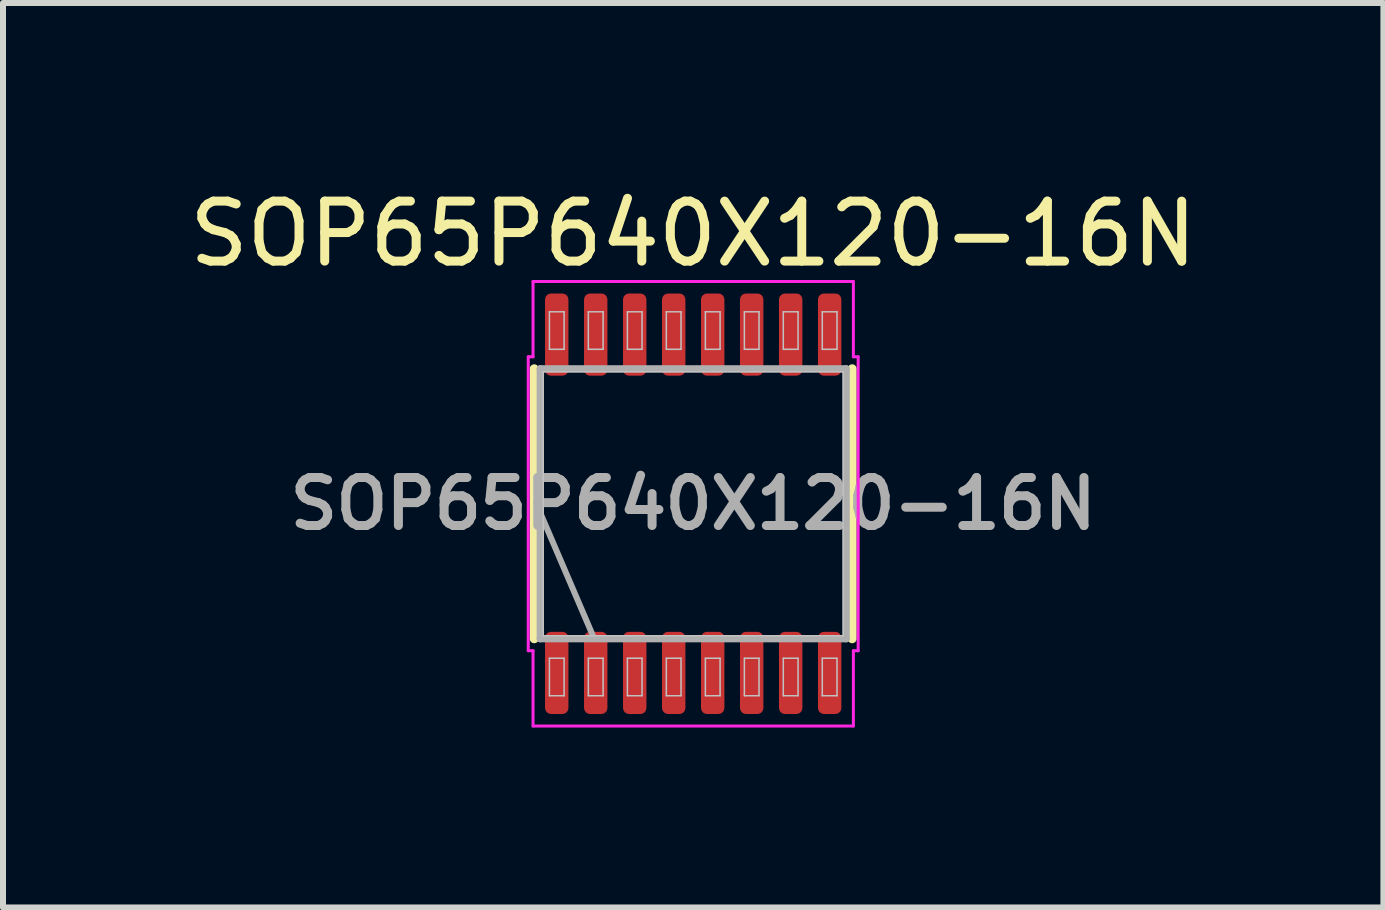
<source format=kicad_pcb>
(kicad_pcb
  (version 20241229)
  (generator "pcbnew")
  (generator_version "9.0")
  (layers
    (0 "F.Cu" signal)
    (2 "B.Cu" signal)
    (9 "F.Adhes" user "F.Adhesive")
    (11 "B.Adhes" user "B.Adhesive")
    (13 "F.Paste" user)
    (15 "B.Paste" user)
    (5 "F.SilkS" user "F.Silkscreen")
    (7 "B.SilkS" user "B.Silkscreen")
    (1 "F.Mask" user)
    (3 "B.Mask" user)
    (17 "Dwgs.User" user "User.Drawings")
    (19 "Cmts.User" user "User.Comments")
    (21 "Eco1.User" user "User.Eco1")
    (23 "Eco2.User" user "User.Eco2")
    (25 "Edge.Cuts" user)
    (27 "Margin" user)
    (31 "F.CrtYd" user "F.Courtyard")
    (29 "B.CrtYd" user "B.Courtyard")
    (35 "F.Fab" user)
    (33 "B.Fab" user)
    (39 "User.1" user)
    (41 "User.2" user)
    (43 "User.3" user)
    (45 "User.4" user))
  (footprint "SOP65P640X120-16N"
    (layer "F.Cu")
    (at 8.506 5.348)
    (property "Reference" "SOP65P640X120-16N" (at 0 -4.5 0) (layer "F.SilkS") (effects (font (size 1 1) (thickness 0.15))))
    (attr smd)
    (fp_line (start -2.65 2.25) (end -2.65 -2.25) (stroke (width 0.15) (type solid)) (layer "F.SilkS"))
    (fp_line (start 2.65 2.25) (end 2.65 -2.25) (stroke (width 0.15) (type solid)) (layer "F.SilkS"))
    (fp_line (start -2.5 -2.2) (end 2.5 -2.2) (stroke (width 0.025) (type solid)) (layer "Dwgs.User"))
    (fp_line (start -2.5 2.2) (end -2.5 -2.2) (stroke (width 0.025) (type solid)) (layer "Dwgs.User"))
    (fp_line (start -2.397 -3.2) (end -2.152 -3.2) (stroke (width 0.025) (type solid)) (layer "Dwgs.User"))
    (fp_line (start -2.397 -2.575) (end -2.397 -3.2) (stroke (width 0.025) (type solid)) (layer "Dwgs.User"))
    (fp_line (start -2.397 2.575) (end -2.152 2.575) (stroke (width 0.025) (type solid)) (layer "Dwgs.User"))
    (fp_line (start -2.397 3.2) (end -2.397 2.575) (stroke (width 0.025) (type solid)) (layer "Dwgs.User"))
    (fp_line (start -2.152 -3.2) (end -2.152 -2.575) (stroke (width 0.025) (type solid)) (layer "Dwgs.User"))
    (fp_line (start -2.152 -2.575) (end -2.397 -2.575) (stroke (width 0.025) (type solid)) (layer "Dwgs.User"))
    (fp_line (start -2.152 2.575) (end -2.152 3.2) (stroke (width 0.025) (type solid)) (layer "Dwgs.User"))
    (fp_line (start -2.152 3.2) (end -2.397 3.2) (stroke (width 0.025) (type solid)) (layer "Dwgs.User"))
    (fp_line (start -1.748 -3.2) (end -1.502 -3.2) (stroke (width 0.025) (type solid)) (layer "Dwgs.User"))
    (fp_line (start -1.748 -2.575) (end -1.748 -3.2) (stroke (width 0.025) (type solid)) (layer "Dwgs.User"))
    (fp_line (start -1.748 2.575) (end -1.502 2.575) (stroke (width 0.025) (type solid)) (layer "Dwgs.User"))
    (fp_line (start -1.748 3.2) (end -1.748 2.575) (stroke (width 0.025) (type solid)) (layer "Dwgs.User"))
    (fp_line (start -1.502 -3.2) (end -1.502 -2.575) (stroke (width 0.025) (type solid)) (layer "Dwgs.User"))
    (fp_line (start -1.502 -2.575) (end -1.748 -2.575) (stroke (width 0.025) (type solid)) (layer "Dwgs.User"))
    (fp_line (start -1.502 2.575) (end -1.502 3.2) (stroke (width 0.025) (type solid)) (layer "Dwgs.User"))
    (fp_line (start -1.502 3.2) (end -1.748 3.2) (stroke (width 0.025) (type solid)) (layer "Dwgs.User"))
    (fp_line (start -1.097 -3.2) (end -0.853 -3.2) (stroke (width 0.025) (type solid)) (layer "Dwgs.User"))
    (fp_line (start -1.097 -2.575) (end -1.097 -3.2) (stroke (width 0.025) (type solid)) (layer "Dwgs.User"))
    (fp_line (start -1.097 2.575) (end -0.853 2.575) (stroke (width 0.025) (type solid)) (layer "Dwgs.User"))
    (fp_line (start -1.097 3.2) (end -1.097 2.575) (stroke (width 0.025) (type solid)) (layer "Dwgs.User"))
    (fp_line (start -0.853 -3.2) (end -0.853 -2.575) (stroke (width 0.025) (type solid)) (layer "Dwgs.User"))
    (fp_line (start -0.853 -2.575) (end -1.097 -2.575) (stroke (width 0.025) (type solid)) (layer "Dwgs.User"))
    (fp_line (start -0.853 2.575) (end -0.853 3.2) (stroke (width 0.025) (type solid)) (layer "Dwgs.User"))
    (fp_line (start -0.853 3.2) (end -1.097 3.2) (stroke (width 0.025) (type solid)) (layer "Dwgs.User"))
    (fp_line (start -0.448 -3.2) (end -0.203 -3.2) (stroke (width 0.025) (type solid)) (layer "Dwgs.User"))
    (fp_line (start -0.448 -2.575) (end -0.448 -3.2) (stroke (width 0.025) (type solid)) (layer "Dwgs.User"))
    (fp_line (start -0.448 2.575) (end -0.203 2.575) (stroke (width 0.025) (type solid)) (layer "Dwgs.User"))
    (fp_line (start -0.448 3.2) (end -0.448 2.575) (stroke (width 0.025) (type solid)) (layer "Dwgs.User"))
    (fp_line (start -0.203 -3.2) (end -0.203 -2.575) (stroke (width 0.025) (type solid)) (layer "Dwgs.User"))
    (fp_line (start -0.203 -2.575) (end -0.448 -2.575) (stroke (width 0.025) (type solid)) (layer "Dwgs.User"))
    (fp_line (start -0.203 2.575) (end -0.203 3.2) (stroke (width 0.025) (type solid)) (layer "Dwgs.User"))
    (fp_line (start -0.203 3.2) (end -0.448 3.2) (stroke (width 0.025) (type solid)) (layer "Dwgs.User"))
    (fp_line (start 0.203 -3.2) (end 0.448 -3.2) (stroke (width 0.025) (type solid)) (layer "Dwgs.User"))
    (fp_line (start 0.203 -2.575) (end 0.203 -3.2) (stroke (width 0.025) (type solid)) (layer "Dwgs.User"))
    (fp_line (start 0.203 2.575) (end 0.448 2.575) (stroke (width 0.025) (type solid)) (layer "Dwgs.User"))
    (fp_line (start 0.203 3.2) (end 0.203 2.575) (stroke (width 0.025) (type solid)) (layer "Dwgs.User"))
    (fp_line (start 0.448 -3.2) (end 0.448 -2.575) (stroke (width 0.025) (type solid)) (layer "Dwgs.User"))
    (fp_line (start 0.448 -2.575) (end 0.203 -2.575) (stroke (width 0.025) (type solid)) (layer "Dwgs.User"))
    (fp_line (start 0.448 2.575) (end 0.448 3.2) (stroke (width 0.025) (type solid)) (layer "Dwgs.User"))
    (fp_line (start 0.448 3.2) (end 0.203 3.2) (stroke (width 0.025) (type solid)) (layer "Dwgs.User"))
    (fp_line (start 0.853 -3.2) (end 1.097 -3.2) (stroke (width 0.025) (type solid)) (layer "Dwgs.User"))
    (fp_line (start 0.853 -2.575) (end 0.853 -3.2) (stroke (width 0.025) (type solid)) (layer "Dwgs.User"))
    (fp_line (start 0.853 2.575) (end 1.097 2.575) (stroke (width 0.025) (type solid)) (layer "Dwgs.User"))
    (fp_line (start 0.853 3.2) (end 0.853 2.575) (stroke (width 0.025) (type solid)) (layer "Dwgs.User"))
    (fp_line (start 1.097 -3.2) (end 1.097 -2.575) (stroke (width 0.025) (type solid)) (layer "Dwgs.User"))
    (fp_line (start 1.097 -2.575) (end 0.853 -2.575) (stroke (width 0.025) (type solid)) (layer "Dwgs.User"))
    (fp_line (start 1.097 2.575) (end 1.097 3.2) (stroke (width 0.025) (type solid)) (layer "Dwgs.User"))
    (fp_line (start 1.097 3.2) (end 0.853 3.2) (stroke (width 0.025) (type solid)) (layer "Dwgs.User"))
    (fp_line (start 1.502 -3.2) (end 1.748 -3.2) (stroke (width 0.025) (type solid)) (layer "Dwgs.User"))
    (fp_line (start 1.502 -2.575) (end 1.502 -3.2) (stroke (width 0.025) (type solid)) (layer "Dwgs.User"))
    (fp_line (start 1.502 2.575) (end 1.748 2.575) (stroke (width 0.025) (type solid)) (layer "Dwgs.User"))
    (fp_line (start 1.502 3.2) (end 1.502 2.575) (stroke (width 0.025) (type solid)) (layer "Dwgs.User"))
    (fp_line (start 1.748 -3.2) (end 1.748 -2.575) (stroke (width 0.025) (type solid)) (layer "Dwgs.User"))
    (fp_line (start 1.748 -2.575) (end 1.502 -2.575) (stroke (width 0.025) (type solid)) (layer "Dwgs.User"))
    (fp_line (start 1.748 2.575) (end 1.748 3.2) (stroke (width 0.025) (type solid)) (layer "Dwgs.User"))
    (fp_line (start 1.748 3.2) (end 1.502 3.2) (stroke (width 0.025) (type solid)) (layer "Dwgs.User"))
    (fp_line (start 2.152 -3.2) (end 2.397 -3.2) (stroke (width 0.025) (type solid)) (layer "Dwgs.User"))
    (fp_line (start 2.152 -2.575) (end 2.152 -3.2) (stroke (width 0.025) (type solid)) (layer "Dwgs.User"))
    (fp_line (start 2.152 2.575) (end 2.397 2.575) (stroke (width 0.025) (type solid)) (layer "Dwgs.User"))
    (fp_line (start 2.152 3.2) (end 2.152 2.575) (stroke (width 0.025) (type solid)) (layer "Dwgs.User"))
    (fp_line (start 2.397 -3.2) (end 2.397 -2.575) (stroke (width 0.025) (type solid)) (layer "Dwgs.User"))
    (fp_line (start 2.397 -2.575) (end 2.152 -2.575) (stroke (width 0.025) (type solid)) (layer "Dwgs.User"))
    (fp_line (start 2.397 2.575) (end 2.397 3.2) (stroke (width 0.025) (type solid)) (layer "Dwgs.User"))
    (fp_line (start 2.397 3.2) (end 2.152 3.2) (stroke (width 0.025) (type solid)) (layer "Dwgs.User"))
    (fp_line (start 2.5 -2.2) (end 2.5 2.2) (stroke (width 0.025) (type solid)) (layer "Dwgs.User"))
    (fp_line (start 2.5 2.2) (end -2.5 2.2) (stroke (width 0.025) (type solid)) (layer "Dwgs.User"))
    (fp_line (start -2.75 -2.45) (end -2.75 2.45) (stroke (width 0.05) (type solid)) (layer "F.CrtYd"))
    (fp_line (start -2.75 2.45) (end -2.67 2.45) (stroke (width 0.05) (type solid)) (layer "F.CrtYd"))
    (fp_line (start -2.67 -3.705) (end -2.67 -2.45) (stroke (width 0.05) (type solid)) (layer "F.CrtYd"))
    (fp_line (start -2.67 -2.45) (end -2.75 -2.45) (stroke (width 0.05) (type solid)) (layer "F.CrtYd"))
    (fp_line (start -2.67 2.45) (end -2.67 3.705) (stroke (width 0.05) (type solid)) (layer "F.CrtYd"))
    (fp_line (start -2.67 3.705) (end 2.67 3.705) (stroke (width 0.05) (type solid)) (layer "F.CrtYd"))
    (fp_line (start 2.67 -3.705) (end -2.67 -3.705) (stroke (width 0.05) (type solid)) (layer "F.CrtYd"))
    (fp_line (start 2.67 -2.45) (end 2.67 -3.705) (stroke (width 0.05) (type solid)) (layer "F.CrtYd"))
    (fp_line (start 2.67 2.45) (end 2.75 2.45) (stroke (width 0.05) (type solid)) (layer "F.CrtYd"))
    (fp_line (start 2.67 3.705) (end 2.67 2.45) (stroke (width 0.05) (type solid)) (layer "F.CrtYd"))
    (fp_line (start 2.75 -2.45) (end 2.67 -2.45) (stroke (width 0.05) (type solid)) (layer "F.CrtYd"))
    (fp_line (start 2.75 2.45) (end 2.75 -2.45) (stroke (width 0.05) (type solid)) (layer "F.CrtYd"))
    (fp_line (start -2.55 -2.25) (end 2.55 -2.25) (stroke (width 0.12) (type solid)) (layer "F.Fab"))
    (fp_line (start -2.55 2.25) (end -2.55 -2.25) (stroke (width 0.12) (type solid)) (layer "F.Fab"))
    (fp_line (start 2.55 -2.25) (end 2.55 2.25) (stroke (width 0.12) (type solid)) (layer "F.Fab"))
    (fp_line (start 2.55 2.25) (end -2.55 2.25) (stroke (width 0.12) (type solid)) (layer "F.Fab"))
    (fp_poly (pts (xy -1.65 2.25) (xy -2.55 2.25) (xy -2.55 0.15)) (stroke (width 0.1) (type solid)) (fill no) (layer "F.Fab"))
    (fp_text user "${REFERENCE}" (at 0 0 0) (layer "F.Fab") (effects (font (size 0.8 0.8) (thickness 0.15))))
    (pad "1" smd roundrect (at -2.275 2.82 90) (size 1.37 0.39) (layers "F.Cu" "F.Mask" "F.Paste") (roundrect_rratio 0.256))
    (pad "2" smd roundrect (at -1.625 2.82 90) (size 1.37 0.39) (layers "F.Cu" "F.Mask" "F.Paste") (roundrect_rratio 0.256))
    (pad "3" smd roundrect (at -0.975 2.82 90) (size 1.37 0.39) (layers "F.Cu" "F.Mask" "F.Paste") (roundrect_rratio 0.256))
    (pad "4" smd roundrect (at -0.325 2.82 90) (size 1.37 0.39) (layers "F.Cu" "F.Mask" "F.Paste") (roundrect_rratio 0.256))
    (pad "5" smd roundrect (at 0.325 2.82 90) (size 1.37 0.39) (layers "F.Cu" "F.Mask" "F.Paste") (roundrect_rratio 0.256))
    (pad "6" smd roundrect (at 0.975 2.82 90) (size 1.37 0.39) (layers "F.Cu" "F.Mask" "F.Paste") (roundrect_rratio 0.256))
    (pad "7" smd roundrect (at 1.625 2.82 90) (size 1.37 0.39) (layers "F.Cu" "F.Mask" "F.Paste") (roundrect_rratio 0.256))
    (pad "8" smd roundrect (at 2.275 2.82 90) (size 1.37 0.39) (layers "F.Cu" "F.Mask" "F.Paste") (roundrect_rratio 0.256))
    (pad "9" smd roundrect (at 2.275 -2.82 90) (size 1.37 0.39) (layers "F.Cu" "F.Mask" "F.Paste") (roundrect_rratio 0.256))
    (pad "10" smd roundrect (at 1.625 -2.82 90) (size 1.37 0.39) (layers "F.Cu" "F.Mask" "F.Paste") (roundrect_rratio 0.256))
    (pad "11" smd roundrect (at 0.975 -2.82 90) (size 1.37 0.39) (layers "F.Cu" "F.Mask" "F.Paste") (roundrect_rratio 0.256))
    (pad "12" smd roundrect (at 0.325 -2.82 90) (size 1.37 0.39) (layers "F.Cu" "F.Mask" "F.Paste") (roundrect_rratio 0.256))
    (pad "13" smd roundrect (at -0.325 -2.82 90) (size 1.37 0.39) (layers "F.Cu" "F.Mask" "F.Paste") (roundrect_rratio 0.256))
    (pad "14" smd roundrect (at -0.975 -2.82 90) (size 1.37 0.39) (layers "F.Cu" "F.Mask" "F.Paste") (roundrect_rratio 0.256))
    (pad "15" smd roundrect (at -1.625 -2.82 90) (size 1.37 0.39) (layers "F.Cu" "F.Mask" "F.Paste") (roundrect_rratio 0.256))
    (pad "16" smd roundrect (at -2.275 -2.82 90) (size 1.37 0.39) (layers "F.Cu" "F.Mask" "F.Paste") (roundrect_rratio 0.256)))
  (gr_rect
    (start -3 -3)
    (end 20.012 12.078)
    (stroke (width 0.1) (type default))
    (fill no)
    (layer "Edge.Cuts")))
</source>
